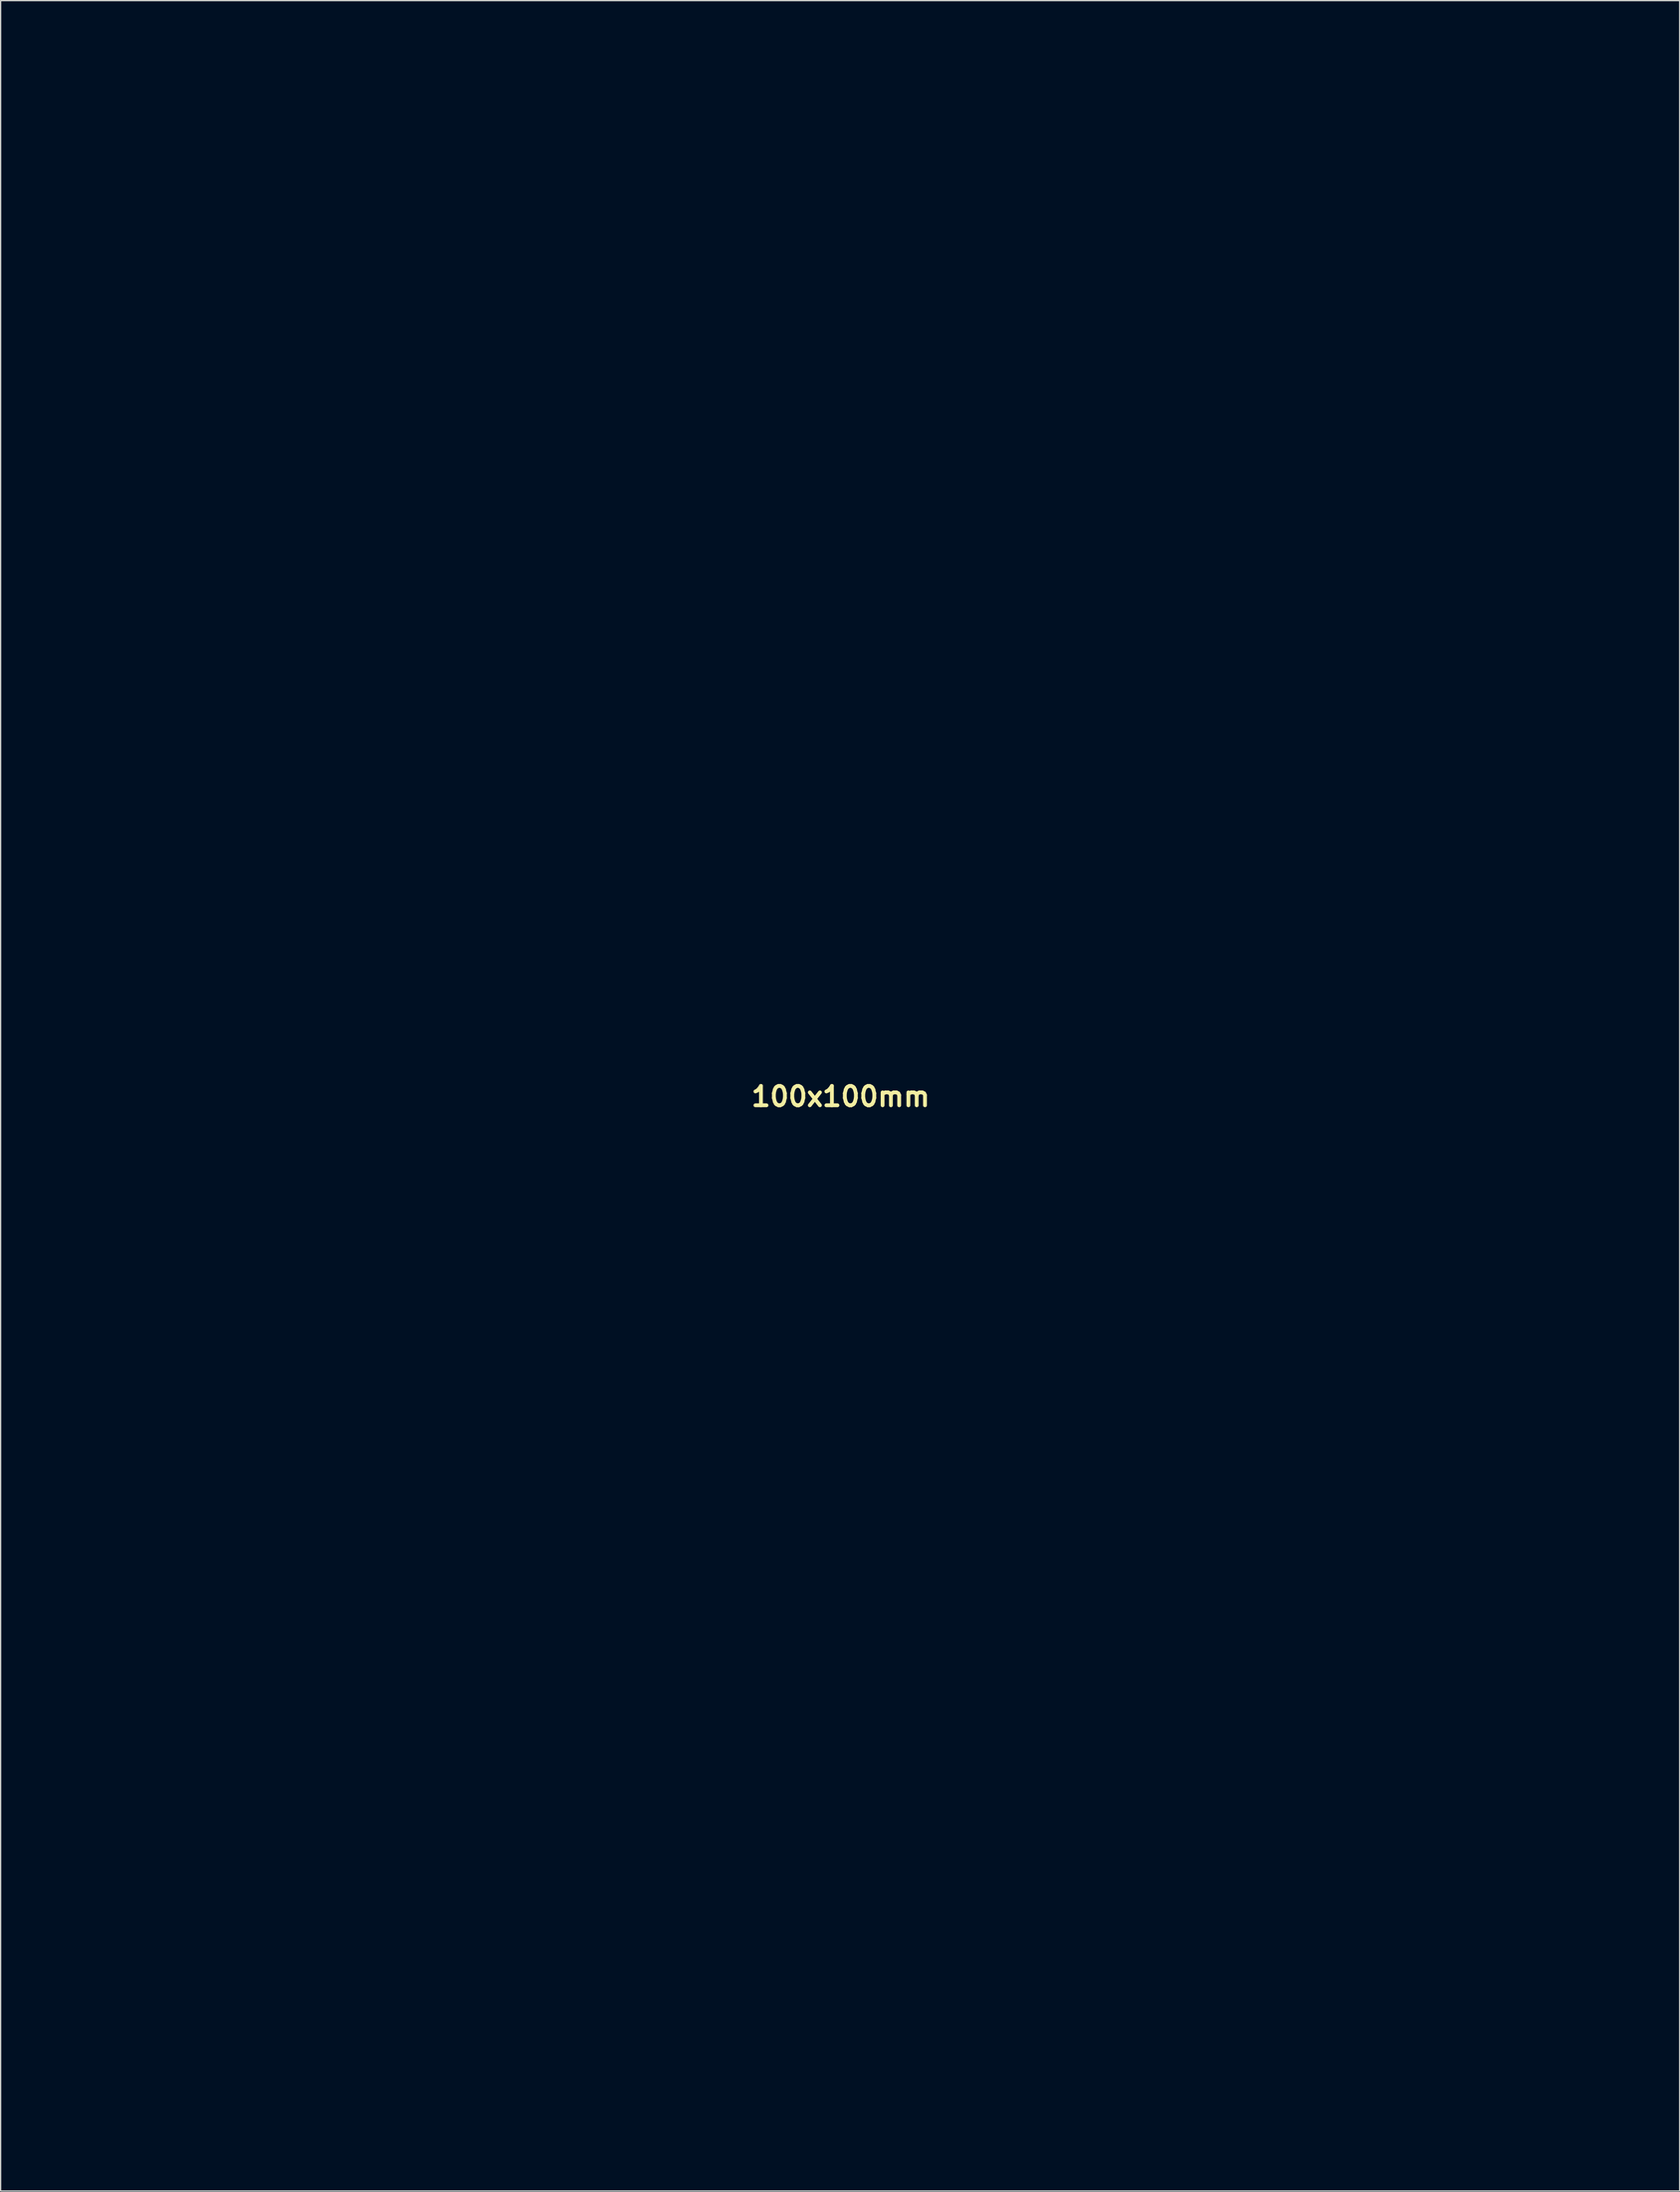
<source format=kicad_pcb>
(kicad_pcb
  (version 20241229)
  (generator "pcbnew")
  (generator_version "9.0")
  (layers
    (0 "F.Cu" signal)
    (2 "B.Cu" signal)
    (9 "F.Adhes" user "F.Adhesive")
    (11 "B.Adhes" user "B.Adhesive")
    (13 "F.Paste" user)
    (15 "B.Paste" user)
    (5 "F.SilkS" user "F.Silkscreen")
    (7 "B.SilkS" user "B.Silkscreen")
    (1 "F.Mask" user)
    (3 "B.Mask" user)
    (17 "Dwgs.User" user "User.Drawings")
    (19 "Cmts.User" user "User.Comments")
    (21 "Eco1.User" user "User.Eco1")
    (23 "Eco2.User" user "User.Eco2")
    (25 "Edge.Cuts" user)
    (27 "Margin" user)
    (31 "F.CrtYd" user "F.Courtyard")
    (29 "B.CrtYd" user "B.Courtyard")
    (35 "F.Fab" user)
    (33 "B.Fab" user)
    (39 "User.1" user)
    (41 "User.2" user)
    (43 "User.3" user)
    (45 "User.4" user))
  (footprint "100x100mm"
    (layer "F.Cu")
    (at 63.17 83.304)
    (property "Reference" "100x100mm" (at 0 0 0) (layer "F.SilkS") (effects (font (size 1.524 1.524) (thickness 0.3))))
    (attr board_only exclude_from_pos_files exclude_from_bom)
    (fp_poly (pts (xy 0.919 -83.254) (xy 2.403 -83.253) (xy 3.871 -83.252) (xy 5.31 -83.25) (xy 6.712 -83.247) (xy 8.065 -83.243) (xy 9.359 -83.239) (xy 10.584 -83.234) (xy 11.73 -83.228) (xy 12.785 -83.222) (xy 13.74 -83.215) (xy 14.584 -83.207) (xy 15.307 -83.199) (xy 15.898 -83.189) (xy 16.347 -83.18) (xy 16.644 -83.169) (xy 16.747 -83.162) (xy 18.305 -82.922) (xy 19.845 -82.522) (xy 21.34 -81.971) (xy 22.764 -81.278) (xy 23.43 -80.888) (xy 24.695 -80.005) (xy 25.879 -78.984) (xy 26.966 -77.845) (xy 27.94 -76.605) (xy 28.783 -75.285) (xy 29.473 -73.917) (xy 30.01 -72.528) (xy 30.39 -71.149) (xy 30.62 -69.744) (xy 30.707 -68.281) (xy 30.709 -68.087) (xy 30.709 -66.643) (xy 30.435 -66.064) (xy 30.038 -65.418) (xy 29.514 -64.869) (xy 28.887 -64.437) (xy 28.183 -64.14) (xy 27.881 -64.062) (xy 27.76 -64.054) (xy 27.476 -64.047) (xy 27.039 -64.04) (xy 26.455 -64.033) (xy 25.732 -64.027) (xy 24.877 -64.021) (xy 23.9 -64.015) (xy 22.807 -64.01) (xy 21.606 -64.005) (xy 20.305 -64.001) (xy 18.912 -63.997) (xy 17.435 -63.993) (xy 15.88 -63.989) (xy 14.257 -63.986) (xy 12.572 -63.983) (xy 10.834 -63.981) (xy 9.05 -63.979) (xy 7.229 -63.977) (xy 5.377 -63.976) (xy 3.503 -63.975) (xy 1.614 -63.974) (xy -0.282 -63.974) (xy -2.177 -63.974) (xy -4.064 -63.974) (xy -5.933 -63.975) (xy -7.779 -63.976) (xy -9.593 -63.978) (xy -11.367 -63.98) (xy -13.094 -63.982) (xy -14.766 -63.985) (xy -16.374 -63.988) (xy -17.912 -63.991) (xy -19.371 -63.995) (xy -20.744 -63.999) (xy -22.023 -64.003) (xy -23.201 -64.008) (xy -24.268 -64.013) (xy -25.219 -64.019) (xy -26.044 -64.025) (xy -26.737 -64.031) (xy -27.289 -64.038) (xy -27.692 -64.045) (xy -27.94 -64.052) (xy -28.018 -64.058) (xy -28.719 -64.28) (xy -29.354 -64.645) (xy -29.904 -65.134) (xy -30.349 -65.728) (xy -30.671 -66.405) (xy -30.807 -66.894) (xy -30.861 -67.193) (xy -30.892 -67.472) (xy -30.9 -67.774) (xy -30.887 -68.146) (xy -30.853 -68.632) (xy -30.844 -68.754) (xy -30.682 -70.147) (xy -30.424 -71.438) (xy -30.06 -72.673) (xy -29.575 -73.896) (xy -29.271 -74.543) (xy -28.48 -75.961) (xy -27.561 -77.273) (xy -26.523 -78.471) (xy -25.374 -79.55) (xy -24.123 -80.504) (xy -22.78 -81.327) (xy -21.352 -82.013) (xy -19.849 -82.555) (xy -18.28 -82.948) (xy -16.887 -83.161) (xy -16.7 -83.172) (xy -16.353 -83.182) (xy -15.857 -83.192) (xy -15.222 -83.201) (xy -14.46 -83.209) (xy -13.579 -83.216) (xy -12.59 -83.223) (xy -11.505 -83.23) (xy -10.333 -83.235) (xy -9.084 -83.24) (xy -7.77 -83.244) (xy -6.4 -83.247) (xy -4.985 -83.25) (xy -3.535 -83.252) (xy -2.061 -83.253) (xy -0.573 -83.254)) (stroke (width 0.1) (type solid)) (fill no) (layer "Eco1.User"))
    (fp_poly (pts (xy 55.287 -58.31) (xy 55.735 -58.3) (xy 56.092 -58.279) (xy 56.396 -58.243) (xy 56.688 -58.187) (xy 56.948 -58.125) (xy 58.06 -57.759) (xy 59.089 -57.246) (xy 60.026 -56.591) (xy 60.745 -55.928) (xy 61.418 -55.146) (xy 61.958 -54.335) (xy 62.387 -53.454) (xy 62.73 -52.46) (xy 62.767 -52.33) (xy 62.99 -51.522) (xy 63.036 -1.189) (xy 58.106 -1.189) (xy 58.106 -25.767) (xy 58.105 -28.458) (xy 58.105 -30.981) (xy 58.104 -33.34) (xy 58.102 -35.537) (xy 58.1 -37.575) (xy 58.097 -39.456) (xy 58.094 -41.183) (xy 58.09 -42.759) (xy 58.086 -44.185) (xy 58.081 -45.466) (xy 58.075 -46.603) (xy 58.069 -47.6) (xy 58.063 -48.458) (xy 58.056 -49.181) (xy 58.048 -49.771) (xy 58.039 -50.23) (xy 58.03 -50.562) (xy 58.021 -50.77) (xy 58.013 -50.843) (xy 57.799 -51.567) (xy 57.447 -52.2) (xy 56.964 -52.729) (xy 56.359 -53.144) (xy 56.259 -53.195) (xy 55.967 -53.329) (xy 55.712 -53.415) (xy 55.434 -53.466) (xy 55.075 -53.495) (xy 54.859 -53.505) (xy 53.597 -53.477) (xy 52.293 -53.298) (xy 50.972 -52.976) (xy 49.654 -52.517) (xy 48.363 -51.93) (xy 47.121 -51.22) (xy 46.51 -50.812) (xy 46.057 -50.461) (xy 45.539 -50.006) (xy 44.988 -49.482) (xy 44.44 -48.923) (xy 43.927 -48.363) (xy 43.483 -47.836) (xy 43.219 -47.487) (xy 42.521 -46.381) (xy 41.899 -45.153) (xy 41.37 -43.838) (xy 40.95 -42.473) (xy 40.845 -42.05) (xy 40.657 -41.243) (xy 40.63 -17.351) (xy 40.604 6.541) (xy 63.035 6.541) (xy 63.013 34.596) (xy 63.01 37.193) (xy 63.008 39.626) (xy 63.006 41.899) (xy 63.004 44.02) (xy 63.002 45.992) (xy 63 47.821) (xy 62.997 49.514) (xy 62.995 51.075) (xy 62.992 52.509) (xy 62.989 53.823) (xy 62.986 55.022) (xy 62.983 56.111) (xy 62.979 57.095) (xy 62.975 57.981) (xy 62.97 58.773) (xy 62.965 59.477) (xy 62.96 60.099) (xy 62.954 60.644) (xy 62.948 61.117) (xy 62.941 61.524) (xy 62.934 61.871) (xy 62.925 62.162) (xy 62.917 62.404) (xy 62.907 62.601) (xy 62.897 62.76) (xy 62.886 62.885) (xy 62.875 62.982) (xy 62.862 63.057) (xy 62.849 63.116) (xy 62.843 63.139) (xy 62.482 64.054) (xy 61.989 64.87) (xy 61.37 65.577) (xy 60.635 66.166) (xy 59.792 66.627) (xy 59.485 66.752) (xy 59.248 66.835) (xy 59.026 66.895) (xy 58.781 66.935) (xy 58.477 66.961) (xy 58.077 66.977) (xy 57.554 66.987) (xy 57.065 66.992) (xy 56.615 66.992) (xy 56.24 66.988) (xy 55.978 66.979) (xy 55.897 66.973) (xy 55.239 66.895) (xy 54.71 66.828) (xy 54.269 66.766) (xy 53.877 66.703) (xy 53.492 66.633) (xy 53.264 66.589) (xy 51.447 66.144) (xy 49.664 65.538) (xy 47.93 64.779) (xy 46.259 63.874) (xy 44.666 62.831) (xy 43.164 61.658) (xy 41.951 60.544) (xy 40.618 59.109) (xy 39.428 57.582) (xy 38.383 55.966) (xy 37.482 54.263) (xy 36.727 52.475) (xy 36.12 50.603) (xy 35.66 48.651) (xy 35.536 47.954) (xy 35.524 47.88) (xy 35.513 47.797) (xy 35.503 47.7) (xy 35.493 47.586) (xy 35.484 47.45) (xy 35.475 47.288) (xy 35.467 47.094) (xy 35.459 46.866) (xy 35.452 46.597) (xy 35.445 46.285) (xy 35.439 45.924) (xy 35.433 45.51) (xy 35.428 45.04) (xy 35.423 44.507) (xy 35.418 43.909) (xy 35.414 43.24) (xy 35.41 42.496) (xy 35.406 41.673) (xy 35.403 40.766) (xy 35.4 39.772) (xy 35.397 38.685) (xy 35.395 37.501) (xy 35.393 36.216) (xy 35.391 34.826) (xy 35.389 33.325) (xy 35.387 31.71) (xy 35.386 29.977) (xy 35.385 28.12) (xy 35.384 26.135) (xy 35.384 24.019) (xy 35.383 21.766) (xy 35.383 19.373) (xy 35.382 16.834) (xy 35.382 14.146) (xy 35.382 11.304) (xy 35.382 8.304) (xy 35.382 5.141) (xy 35.382 3.058) (xy 35.382 -40.903) (xy 35.574 -41.965) (xy 35.985 -43.774) (xy 36.546 -45.513) (xy 37.253 -47.175) (xy 38.098 -48.754) (xy 39.078 -50.241) (xy 40.186 -51.629) (xy 41.416 -52.911) (xy 42.764 -54.079) (xy 44.223 -55.127) (xy 45.789 -56.045) (xy 46.34 -56.325) (xy 47.981 -57.045) (xy 49.624 -57.6) (xy 51.285 -57.993) (xy 52.981 -58.228) (xy 54.708 -58.31)) (stroke (width 0.1) (type solid)) (fill no) (layer "Eco1.User"))
    (fp_poly (pts (xy -53.817 -58.282) (xy -52.81 -58.207) (xy -51.831 -58.07) (xy -50.813 -57.864) (xy -50.26 -57.73) (xy -48.515 -57.202) (xy -46.84 -56.521) (xy -45.242 -55.692) (xy -43.729 -54.719) (xy -42.306 -53.606) (xy -40.98 -52.357) (xy -39.757 -50.978) (xy -39.287 -50.374) (xy -38.294 -48.913) (xy -37.442 -47.36) (xy -36.73 -45.713) (xy -36.156 -43.97) (xy -35.721 -42.129) (xy -35.664 -41.824) (xy -35.467 -40.733) (xy -35.467 2.973) (xy -35.467 6.333) (xy -35.467 9.526) (xy -35.467 12.557) (xy -35.468 15.43) (xy -35.468 18.149) (xy -35.469 20.717) (xy -35.47 23.139) (xy -35.472 25.418) (xy -35.473 27.559) (xy -35.475 29.565) (xy -35.477 31.439) (xy -35.479 33.187) (xy -35.481 34.812) (xy -35.484 36.318) (xy -35.487 37.708) (xy -35.49 38.987) (xy -35.494 40.158) (xy -35.497 41.226) (xy -35.502 42.194) (xy -35.506 43.066) (xy -35.511 43.847) (xy -35.516 44.539) (xy -35.521 45.147) (xy -35.527 45.676) (xy -35.533 46.127) (xy -35.54 46.507) (xy -35.547 46.818) (xy -35.554 47.064) (xy -35.562 47.25) (xy -35.57 47.379) (xy -35.577 47.444) (xy -35.932 49.402) (xy -36.423 51.262) (xy -37.054 53.039) (xy -37.831 54.745) (xy -38.759 56.393) (xy -39.844 57.996) (xy -40.084 58.318) (xy -40.47 58.793) (xy -40.958 59.343) (xy -41.515 59.937) (xy -42.113 60.543) (xy -42.718 61.13) (xy -43.3 61.668) (xy -43.828 62.124) (xy -44.131 62.365) (xy -45.756 63.5) (xy -47.425 64.474) (xy -49.149 65.289) (xy -50.939 65.952) (xy -52.803 66.464) (xy -54.623 66.812) (xy -55.13 66.876) (xy -55.717 66.927) (xy -56.351 66.964) (xy -56.998 66.987) (xy -57.623 66.994) (xy -58.194 66.986) (xy -58.677 66.962) (xy -59.039 66.921) (xy -59.144 66.9) (xy -60.021 66.591) (xy -60.819 66.137) (xy -61.525 65.551) (xy -62.128 64.842) (xy -62.616 64.021) (xy -62.917 63.288) (xy -62.932 63.241) (xy -62.945 63.185) (xy -62.958 63.114) (xy -62.97 63.024) (xy -62.981 62.909) (xy -62.992 62.763) (xy -63.001 62.581) (xy -63.01 62.357) (xy -63.018 62.086) (xy -63.026 61.762) (xy -63.033 61.381) (xy -63.039 60.935) (xy -63.045 60.421) (xy -63.051 59.832) (xy -63.056 59.164) (xy -63.06 58.409) (xy -63.064 57.564) (xy -63.068 56.622) (xy -63.071 55.579) (xy -63.074 54.428) (xy -63.077 53.165) (xy -63.08 51.783) (xy -63.082 50.277) (xy -63.084 48.642) (xy -63.086 46.872) (xy -63.089 44.962) (xy -63.09 42.907) (xy -63.092 40.7) (xy -63.094 38.337) (xy -63.096 35.811) (xy -63.097 34.681) (xy -63.119 6.541) (xy -40.691 6.541) (xy -40.693 -16.799) (xy -40.693 -19.197) (xy -40.693 -21.431) (xy -40.693 -23.508) (xy -40.694 -25.433) (xy -40.694 -27.213) (xy -40.695 -28.854) (xy -40.697 -30.362) (xy -40.699 -31.744) (xy -40.702 -33.005) (xy -40.706 -34.152) (xy -40.71 -35.19) (xy -40.716 -36.127) (xy -40.723 -36.968) (xy -40.731 -37.719) (xy -40.74 -38.386) (xy -40.75 -38.977) (xy -40.762 -39.496) (xy -40.776 -39.95) (xy -40.791 -40.346) (xy -40.809 -40.689) (xy -40.828 -40.985) (xy -40.849 -41.242) (xy -40.872 -41.464) (xy -40.897 -41.658) (xy -40.925 -41.831) (xy -40.955 -41.988) (xy -40.987 -42.136) (xy -41.022 -42.28) (xy -41.06 -42.428) (xy -41.1 -42.585) (xy -41.109 -42.62) (xy -41.579 -44.128) (xy -42.193 -45.553) (xy -42.944 -46.888) (xy -43.823 -48.124) (xy -44.823 -49.254) (xy -45.936 -50.271) (xy -47.155 -51.168) (xy -48.471 -51.936) (xy -49.877 -52.569) (xy -51.365 -53.059) (xy -52.244 -53.272) (xy -52.697 -53.356) (xy -53.146 -53.413) (xy -53.641 -53.448) (xy -54.235 -53.465) (xy -54.495 -53.468) (xy -55.006 -53.47) (xy -55.381 -53.466) (xy -55.653 -53.452) (xy -55.855 -53.424) (xy -56.022 -53.376) (xy -56.187 -53.306) (xy -56.339 -53.23) (xy -56.94 -52.835) (xy -57.457 -52.31) (xy -57.859 -51.687) (xy -57.877 -51.652) (xy -58.148 -51.101) (xy -58.17 -26.145) (xy -58.192 -1.189) (xy -63.12 -1.189) (xy -63.098 -26.441) (xy -63.075 -51.692) (xy -62.883 -52.372) (xy -62.481 -53.497) (xy -61.942 -54.531) (xy -61.274 -55.465) (xy -60.487 -56.289) (xy -59.591 -56.994) (xy -58.595 -57.569) (xy -57.51 -58.006) (xy -57.129 -58.119) (xy -56.849 -58.189) (xy -56.578 -58.239) (xy -56.278 -58.273) (xy -55.914 -58.293) (xy -55.448 -58.303) (xy -54.92 -58.305)) (stroke (width 0.1) (type solid)) (fill no) (layer "Eco1.User"))
    (fp_poly (pts (xy 11.02 -59.539) (xy 12.159 -59.537) (xy 13.185 -59.534) (xy 14.105 -59.529) (xy 14.926 -59.523) (xy 15.656 -59.516) (xy 16.3 -59.507) (xy 16.866 -59.496) (xy 17.362 -59.483) (xy 17.794 -59.468) (xy 18.169 -59.451) (xy 18.495 -59.432) (xy 18.779 -59.41) (xy 19.027 -59.387) (xy 19.247 -59.36) (xy 19.446 -59.331) (xy 19.631 -59.3) (xy 19.809 -59.265) (xy 19.987 -59.228) (xy 20.054 -59.213) (xy 21.432 -58.829) (xy 22.78 -58.292) (xy 24.074 -57.615) (xy 25.291 -56.811) (xy 26.407 -55.896) (xy 27.399 -54.881) (xy 27.403 -54.878) (xy 28.325 -53.693) (xy 29.111 -52.414) (xy 29.761 -51.037) (xy 30.28 -49.556) (xy 30.518 -48.657) (xy 30.705 -47.869) (xy 30.73 -24.381) (xy 30.732 -21.78) (xy 30.734 -19.347) (xy 30.735 -17.077) (xy 30.736 -14.968) (xy 30.736 -13.016) (xy 30.735 -11.218) (xy 30.734 -9.571) (xy 30.731 -8.071) (xy 30.729 -6.717) (xy 30.725 -5.504) (xy 30.721 -4.429) (xy 30.716 -3.49) (xy 30.71 -2.682) (xy 30.703 -2.004) (xy 30.696 -1.451) (xy 30.688 -1.02) (xy 30.679 -0.709) (xy 30.669 -0.515) (xy 30.661 -0.442) (xy 30.447 0.238) (xy 30.099 0.918) (xy 29.646 1.558) (xy 29.117 2.119) (xy 28.541 2.564) (xy 28.325 2.69) (xy 28.092 2.813) (xy 27.888 2.917) (xy 27.696 3.004) (xy 27.5 3.076) (xy 27.285 3.133) (xy 27.033 3.179) (xy 26.729 3.215) (xy 26.356 3.242) (xy 25.898 3.263) (xy 25.339 3.279) (xy 24.663 3.292) (xy 23.854 3.304) (xy 22.894 3.317) (xy 22.639 3.32) (xy 21.577 3.335) (xy 20.666 3.35) (xy 19.886 3.368) (xy 19.22 3.388) (xy 18.648 3.414) (xy 18.15 3.447) (xy 17.708 3.487) (xy 17.304 3.536) (xy 16.917 3.597) (xy 16.529 3.67) (xy 16.122 3.757) (xy 15.675 3.86) (xy 15.631 3.87) (xy 14.325 4.232) (xy 12.98 4.71) (xy 11.647 5.28) (xy 10.377 5.921) (xy 9.218 6.612) (xy 9.09 6.696) (xy 7.588 7.798) (xy 6.204 9.017) (xy 4.943 10.346) (xy 3.811 11.775) (xy 2.814 13.298) (xy 1.959 14.905) (xy 1.25 16.588) (xy 0.694 18.34) (xy 0.638 18.552) (xy 0.572 18.803) (xy 0.512 19.031) (xy 0.456 19.241) (xy 0.405 19.442) (xy 0.358 19.64) (xy 0.316 19.843) (xy 0.277 20.058) (xy 0.242 20.292) (xy 0.211 20.551) (xy 0.183 20.844) (xy 0.159 21.177) (xy 0.137 21.557) (xy 0.118 21.992) (xy 0.102 22.488) (xy 0.088 23.053) (xy 0.077 23.694) (xy 0.067 24.418) (xy 0.06 25.232) (xy 0.054 26.143) (xy 0.049 27.159) (xy 0.046 28.286) (xy 0.044 29.531) (xy 0.043 30.902) (xy 0.042 32.406) (xy 0.042 34.05) (xy 0.042 35.841) (xy 0.042 37.786) (xy 0.042 39.892) (xy 0.042 40.357) (xy 0.042 59.095) (xy 0.269 59.437) (xy 0.398 59.62) (xy 0.529 59.767) (xy 0.683 59.88) (xy 0.88 59.966) (xy 1.14 60.028) (xy 1.483 60.07) (xy 1.931 60.097) (xy 2.503 60.115) (xy 3.219 60.126) (xy 3.413 60.128) (xy 4.23 60.134) (xy 4.908 60.129) (xy 5.439 60.115) (xy 5.816 60.092) (xy 6.026 60.061) (xy 6.395 59.897) (xy 6.745 59.633) (xy 7.016 59.317) (xy 7.106 59.15) (xy 7.119 59.096) (xy 7.131 58.993) (xy 7.143 58.837) (xy 7.153 58.62) (xy 7.162 58.337) (xy 7.171 57.981) (xy 7.179 57.547) (xy 7.186 57.028) (xy 7.192 56.418) (xy 7.197 55.711) (xy 7.202 54.901) (xy 7.206 53.981) (xy 7.21 52.945) (xy 7.213 51.787) (xy 7.216 50.502) (xy 7.218 49.082) (xy 7.219 47.521) (xy 7.22 45.815) (xy 7.221 43.955) (xy 7.222 41.937) (xy 7.222 40.248) (xy 7.222 38.117) (xy 7.222 36.149) (xy 7.222 34.337) (xy 7.222 32.675) (xy 7.222 31.155) (xy 7.224 29.772) (xy 7.226 28.517) (xy 7.229 27.385) (xy 7.233 26.368) (xy 7.238 25.46) (xy 7.246 24.653) (xy 7.255 23.942) (xy 7.265 23.319) (xy 7.279 22.777) (xy 7.294 22.31) (xy 7.312 21.91) (xy 7.333 21.572) (xy 7.356 21.288) (xy 7.383 21.051) (xy 7.413 20.855) (xy 7.447 20.693) (xy 7.484 20.557) (xy 7.525 20.442) (xy 7.57 20.34) (xy 7.62 20.245) (xy 7.674 20.149) (xy 7.732 20.046) (xy 7.796 19.93) (xy 7.796 19.929) (xy 8.247 19.243) (xy 8.83 18.632) (xy 9.515 18.121) (xy 10.272 17.733) (xy 10.836 17.545) (xy 11.018 17.52) (xy 11.355 17.497) (xy 11.831 17.477) (xy 12.432 17.459) (xy 13.142 17.444) (xy 13.946 17.431) (xy 14.829 17.42) (xy 15.776 17.411) (xy 16.771 17.405) (xy 17.799 17.401) (xy 18.846 17.4) (xy 19.895 17.401) (xy 20.932 17.404) (xy 21.942 17.409) (xy 22.91 17.417) (xy 23.819 17.427) (xy 24.656 17.44) (xy 25.405 17.455) (xy 26.05 17.472) (xy 26.577 17.491) (xy 26.971 17.513) (xy 27.215 17.537) (xy 27.261 17.546) (xy 28.01 17.804) (xy 28.713 18.205) (xy 29.347 18.724) (xy 29.888 19.338) (xy 30.314 20.023) (xy 30.602 20.756) (xy 30.662 21.003) (xy 30.672 21.11) (xy 30.681 21.333) (xy 30.689 21.676) (xy 30.697 22.142) (xy 30.704 22.734) (xy 30.71 23.453) (xy 30.716 24.305) (xy 30.721 25.29) (xy 30.725 26.412) (xy 30.728 27.674) (xy 30.731 29.079) (xy 30.734 30.63) (xy 30.735 32.33) (xy 30.736 34.18) (xy 30.736 36.186) (xy 30.736 38.348) (xy 30.735 40.671) (xy 30.734 43.156) (xy 30.732 45.808) (xy 30.731 46.85) (xy 30.707 72.25) (xy 30.482 73.142) (xy 30.026 74.637) (xy 29.437 76.027) (xy 28.716 77.312) (xy 27.865 78.489) (xy 26.884 79.556) (xy 25.775 80.514) (xy 25.081 81.012) (xy 23.918 81.703) (xy 22.654 82.282) (xy 21.273 82.753) (xy 20.473 82.965) (xy 20.397 82.982) (xy 20.31 82.997) (xy 20.205 83.012) (xy 20.076 83.025) (xy 19.917 83.037) (xy 19.719 83.048) (xy 19.478 83.058) (xy 19.185 83.068) (xy 18.835 83.076) (xy 18.421 83.083) (xy 17.936 83.09) (xy 17.374 83.096) (xy 16.727 83.102) (xy 15.99 83.106) (xy 15.155 83.111) (xy 14.216 83.114) (xy 13.167 83.118) (xy 12 83.121) (xy 10.709 83.123) (xy 9.288 83.126) (xy 7.729 83.128) (xy 6.026 83.13) (xy 4.172 83.132) (xy 2.162 83.134) (xy 0.212 83.136) (xy -1.947 83.138) (xy -3.943 83.139) (xy -5.782 83.141) (xy -7.472 83.141) (xy -9.019 83.142) (xy -10.429 83.142) (xy -11.71 83.142) (xy -12.868 83.141) (xy -13.91 83.139) (xy -14.843 83.137) (xy -15.673 83.134) (xy -16.408 83.13) (xy -17.053 83.126) (xy -17.616 83.121) (xy -18.103 83.115) (xy -18.521 83.108) (xy -18.877 83.1) (xy -19.178 83.091) (xy -19.429 83.081) (xy -19.639 83.07) (xy -19.814 83.058) (xy -19.959 83.045) (xy -20.083 83.03) (xy -20.192 83.014) (xy -20.277 83) (xy -21.687 82.666) (xy -23.042 82.178) (xy -24.328 81.545) (xy -25.534 80.775) (xy -26.647 79.878) (xy -27.655 78.863) (xy -28.545 77.739) (xy -29.306 76.515) (xy -29.456 76.228) (xy -30.041 74.921) (xy -30.467 73.586) (xy -30.745 72.194) (xy -30.839 71.365) (xy -30.846 71.225) (xy -30.852 70.96) (xy -30.858 70.569) (xy -30.863 70.05) (xy -30.868 69.402) (xy -30.873 68.622) (xy -30.878 67.709) (xy -30.882 66.662) (xy -30.886 65.479) (xy -30.889 64.159) (xy -30.893 62.698) (xy -30.896 61.097) (xy -30.898 59.354) (xy -30.901 57.466) (xy -30.903 55.432) (xy -30.905 53.251) (xy -30.906 50.921) (xy -30.907 48.441) (xy -30.908 45.808) (xy -30.909 43.021) (xy -30.909 40.078) (xy -30.909 36.978) (xy -30.909 33.72) (xy -30.908 30.301) (xy -30.907 26.72) (xy -30.906 22.975) (xy -30.905 19.065) (xy -30.903 14.988) (xy -30.901 11.426) (xy -30.899 7.628) (xy -30.898 3.996) (xy -30.896 0.527) (xy -30.894 -2.784) (xy -30.892 -5.94) (xy -30.89 -8.945) (xy -30.889 -11.802) (xy -30.887 -14.516) (xy -30.885 -17.09) (xy -30.883 -19.528) (xy -30.881 -21.833) (xy -30.879 -24.01) (xy -30.877 -26.062) (xy -30.875 -27.993) (xy -30.873 -29.806) (xy -30.87 -31.506) (xy -30.868 -33.096) (xy -30.865 -34.58) (xy -30.862 -35.961) (xy -30.86 -37.244) (xy -30.856 -38.432) (xy -30.853 -39.529) (xy -30.85 -40.539) (xy -30.846 -41.465) (xy -30.842 -42.312) (xy -30.838 -43.082) (xy -30.834 -43.78) (xy -30.829 -44.409) (xy -30.824 -44.974) (xy -30.819 -45.477) (xy -30.814 -45.923) (xy -30.808 -46.316) (xy -30.802 -46.659) (xy -30.796 -46.955) (xy -30.789 -47.21) (xy -30.782 -47.426) (xy -30.775 -47.607) (xy -30.768 -47.757) (xy -30.76 -47.88) (xy -30.751 -47.979) (xy -30.742 -48.059) (xy -30.733 -48.122) (xy -30.725 -48.167) (xy -30.342 -49.702) (xy -29.842 -51.121) (xy -29.219 -52.435) (xy -28.465 -53.656) (xy -27.577 -54.794) (xy -26.895 -55.523) (xy -25.796 -56.516) (xy -24.621 -57.367) (xy -23.36 -58.081) (xy -22.003 -58.665) (xy -20.54 -59.122) (xy -19.538 -59.353) (xy -19.446 -59.369) (xy -19.338 -59.385) (xy -19.206 -59.399) (xy -19.044 -59.412) (xy -18.844 -59.424) (xy -18.6 -59.435) (xy -18.305 -59.445) (xy -17.952 -59.454) (xy -17.534 -59.462) (xy -17.045 -59.47) (xy -16.476 -59.476) (xy -15.821 -59.483) (xy -15.074 -59.488) (xy -14.226 -59.493) (xy -13.273 -59.498) (xy -12.205 -59.502) (xy -11.017 -59.506) (xy -9.702 -59.51) (xy -8.252 -59.514) (xy -6.661 -59.517) (xy -4.921 -59.521) (xy -3.027 -59.524) (xy -0.97 -59.528) (xy -0.722 -59.528) (xy 1.408 -59.532) (xy 3.376 -59.535) (xy 5.188 -59.537) (xy 6.851 -59.539) (xy 8.373 -59.54) (xy 9.76 -59.54)) (stroke (width 0.1) (type solid)) (fill no) (layer "Eco1.User")))
  (gr_rect
    (start -3 -3)
    (end 129.256 169.496)
    (stroke (width 0.1) (type default))
    (fill no)
    (layer "Edge.Cuts")))
</source>
